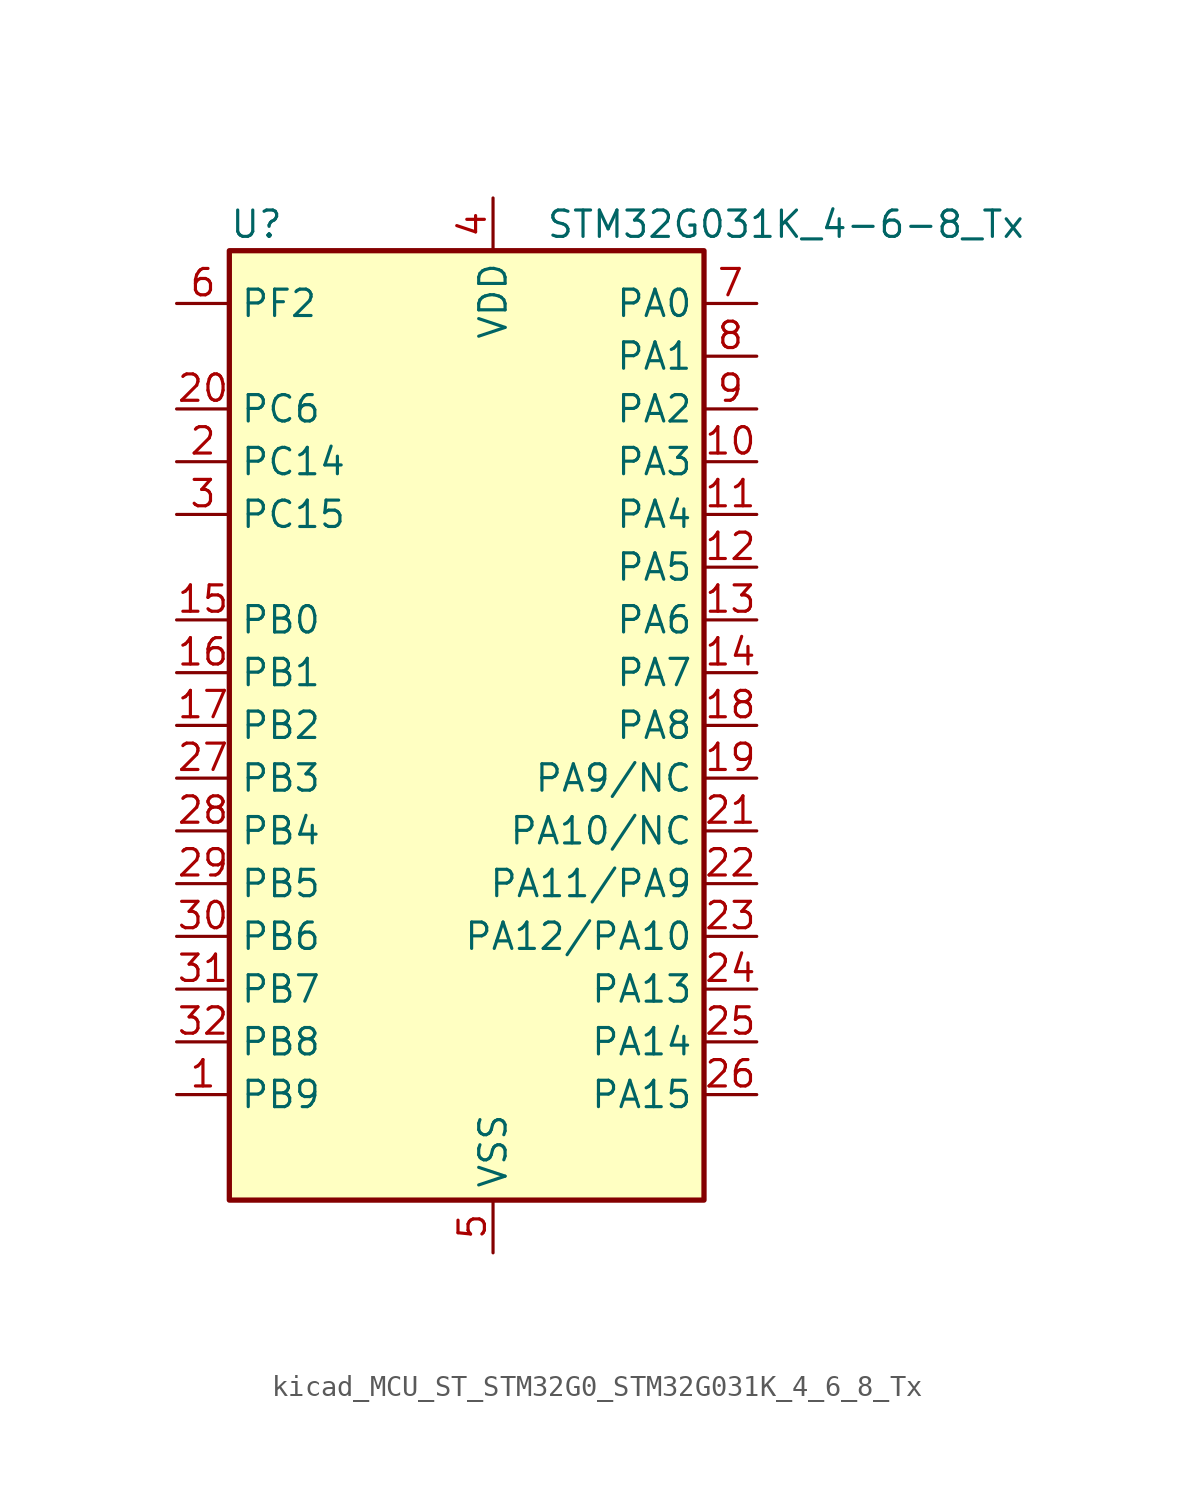
<source format=kicad_sym>
(kicad_symbol_lib
  (version 20220914)
  (generator kicad_symbol_editor)
  (symbol "kicad_MCU_ST_STM32G0_STM32G031K_4_6_8_Tx"
    (property "Reference" "U"
      (at -10.16 24.13 0)
      (effects (font (size 1.27 1.27)) (justify left)))
    (property "Value" "STM32G031K_4-6-8_Tx"
      (at 5.08 24.13 0)
      (effects (font (size 1.27 1.27)) (justify left)))
    (property "ki_locked" ""
      (at 0 0 0)
      (effects (font (size 1.27 1.27))))
    (symbol "kicad_MCU_ST_STM32G0_STM32G031K_4_6_8_Tx_0_1"
      (rectangle (start -10.16 -22.86) (end 12.7 22.86) (stroke (width 0.254) (type default)) (fill (type background))))
    (symbol "kicad_MCU_ST_STM32G0_STM32G031K_4_6_8_Tx_1_1"
      (pin bidirectional line (at -12.7 -17.78 0) (length 2.54) (name "PB9" (effects (font (size 1.27 1.27)))) (number "1" (effects (font (size 1.27 1.27)))) (alternate "I2C1_SDA" bidirectional line) (alternate "IR_OUT" bidirectional line) (alternate "SPI2_NSS" bidirectional line) (alternate "TIM17_CH1" bidirectional line))
      (pin bidirectional line (at 15.24 12.7 180) (length 2.54) (name "PA3" (effects (font (size 1.27 1.27)))) (number "10" (effects (font (size 1.27 1.27)))) (alternate "ADC1_IN3" bidirectional line) (alternate "LPUART1_RX" bidirectional line) (alternate "SPI2_MISO" bidirectional line) (alternate "TIM2_CH4" bidirectional line) (alternate "USART2_RX" bidirectional line))
      (pin bidirectional line (at 15.24 10.16 180) (length 2.54) (name "PA4" (effects (font (size 1.27 1.27)))) (number "11" (effects (font (size 1.27 1.27)))) (alternate "ADC1_IN4" bidirectional line) (alternate "I2S1_WS" bidirectional line) (alternate "LPTIM2_OUT" bidirectional line) (alternate "RTC_OUT_ALARM" bidirectional line) (alternate "RTC_OUT_CALIB" bidirectional line) (alternate "RTC_TAMP_IN1" bidirectional line) (alternate "RTC_TS" bidirectional line) (alternate "SPI1_NSS" bidirectional line) (alternate "SPI2_MOSI" bidirectional line) (alternate "SYS_WKUP2" bidirectional line) (alternate "TIM14_CH1" bidirectional line))
      (pin bidirectional line (at 15.24 7.62 180) (length 2.54) (name "PA5" (effects (font (size 1.27 1.27)))) (number "12" (effects (font (size 1.27 1.27)))) (alternate "ADC1_IN5" bidirectional line) (alternate "I2S1_CK" bidirectional line) (alternate "LPTIM2_ETR" bidirectional line) (alternate "SPI1_SCK" bidirectional line) (alternate "TIM2_CH1" bidirectional line) (alternate "TIM2_ETR" bidirectional line))
      (pin bidirectional line (at 15.24 5.08 180) (length 2.54) (name "PA6" (effects (font (size 1.27 1.27)))) (number "13" (effects (font (size 1.27 1.27)))) (alternate "ADC1_IN6" bidirectional line) (alternate "I2S1_MCK" bidirectional line) (alternate "LPUART1_CTS" bidirectional line) (alternate "SPI1_MISO" bidirectional line) (alternate "TIM16_CH1" bidirectional line) (alternate "TIM1_BK" bidirectional line) (alternate "TIM3_CH1" bidirectional line))
      (pin bidirectional line (at 15.24 2.54 180) (length 2.54) (name "PA7" (effects (font (size 1.27 1.27)))) (number "14" (effects (font (size 1.27 1.27)))) (alternate "ADC1_IN7" bidirectional line) (alternate "I2S1_SD" bidirectional line) (alternate "SPI1_MOSI" bidirectional line) (alternate "TIM14_CH1" bidirectional line) (alternate "TIM17_CH1" bidirectional line) (alternate "TIM1_CH1N" bidirectional line) (alternate "TIM3_CH2" bidirectional line))
      (pin bidirectional line (at -12.7 5.08 0) (length 2.54) (name "PB0" (effects (font (size 1.27 1.27)))) (number "15" (effects (font (size 1.27 1.27)))) (alternate "ADC1_IN8" bidirectional line) (alternate "I2S1_WS" bidirectional line) (alternate "LPTIM1_OUT" bidirectional line) (alternate "SPI1_NSS" bidirectional line) (alternate "TIM1_CH2N" bidirectional line) (alternate "TIM3_CH3" bidirectional line))
      (pin bidirectional line (at -12.7 2.54 0) (length 2.54) (name "PB1" (effects (font (size 1.27 1.27)))) (number "16" (effects (font (size 1.27 1.27)))) (alternate "ADC1_IN9" bidirectional line) (alternate "LPTIM2_IN1" bidirectional line) (alternate "LPUART1_DE" bidirectional line) (alternate "LPUART1_RTS" bidirectional line) (alternate "TIM14_CH1" bidirectional line) (alternate "TIM1_CH3N" bidirectional line) (alternate "TIM3_CH4" bidirectional line))
      (pin bidirectional line (at -12.7 0 0) (length 2.54) (name "PB2" (effects (font (size 1.27 1.27)))) (number "17" (effects (font (size 1.27 1.27)))) (alternate "ADC1_IN10" bidirectional line) (alternate "LPTIM1_OUT" bidirectional line) (alternate "SPI2_MISO" bidirectional line))
      (pin bidirectional line (at 15.24 0 180) (length 2.54) (name "PA8" (effects (font (size 1.27 1.27)))) (number "18" (effects (font (size 1.27 1.27)))) (alternate "LPTIM2_OUT" bidirectional line) (alternate "RCC_MCO" bidirectional line) (alternate "SPI2_NSS" bidirectional line) (alternate "TIM1_CH1" bidirectional line))
      (pin bidirectional line (at 15.24 -2.54 180) (length 2.54) (name "PA9/NC" (effects (font (size 1.27 1.27)))) (number "19" (effects (font (size 1.27 1.27)))) (alternate "I2C1_SCL" bidirectional line) (alternate "RCC_MCO" bidirectional line) (alternate "SPI2_MISO" bidirectional line) (alternate "TIM1_CH2" bidirectional line) (alternate "USART1_TX" bidirectional line))
      (pin bidirectional line (at -12.7 12.7 0) (length 2.54) (name "PC14" (effects (font (size 1.27 1.27)))) (number "2" (effects (font (size 1.27 1.27)))) (alternate "RCC_OSC32_IN" bidirectional line) (alternate "RCC_OSC_IN" bidirectional line) (alternate "TIM1_BK2" bidirectional line))
      (pin bidirectional line (at -12.7 15.24 0) (length 2.54) (name "PC6" (effects (font (size 1.27 1.27)))) (number "20" (effects (font (size 1.27 1.27)))) (alternate "TIM2_CH3" bidirectional line) (alternate "TIM3_CH1" bidirectional line))
      (pin bidirectional line (at 15.24 -5.08 180) (length 2.54) (name "PA10/NC" (effects (font (size 1.27 1.27)))) (number "21" (effects (font (size 1.27 1.27)))) (alternate "I2C1_SDA" bidirectional line) (alternate "SPI2_MOSI" bidirectional line) (alternate "TIM17_BK" bidirectional line) (alternate "TIM1_CH3" bidirectional line) (alternate "USART1_RX" bidirectional line))
      (pin bidirectional line (at 15.24 -7.62 180) (length 2.54) (name "PA11/PA9" (effects (font (size 1.27 1.27)))) (number "22" (effects (font (size 1.27 1.27)))) (alternate "ADC1_EXTI11" bidirectional line) (alternate "ADC1_IN15" bidirectional line) (alternate "I2C2_SCL" bidirectional line) (alternate "I2S1_MCK" bidirectional line) (alternate "SPI1_MISO" bidirectional line) (alternate "TIM1_BK2" bidirectional line) (alternate "TIM1_CH4" bidirectional line) (alternate "USART1_CTS" bidirectional line) (alternate "USART1_NSS" bidirectional line))
      (pin bidirectional line (at 15.24 -10.16 180) (length 2.54) (name "PA12/PA10" (effects (font (size 1.27 1.27)))) (number "23" (effects (font (size 1.27 1.27)))) (alternate "ADC1_IN16" bidirectional line) (alternate "I2C2_SDA" bidirectional line) (alternate "I2S1_SD" bidirectional line) (alternate "I2S_CKIN" bidirectional line) (alternate "SPI1_MOSI" bidirectional line) (alternate "TIM1_ETR" bidirectional line) (alternate "USART1_CK" bidirectional line) (alternate "USART1_DE" bidirectional line) (alternate "USART1_RTS" bidirectional line))
      (pin bidirectional line (at 15.24 -12.7 180) (length 2.54) (name "PA13" (effects (font (size 1.27 1.27)))) (number "24" (effects (font (size 1.27 1.27)))) (alternate "ADC1_IN17" bidirectional line) (alternate "IR_OUT" bidirectional line) (alternate "SYS_SWDIO" bidirectional line))
      (pin bidirectional line (at 15.24 -15.24 180) (length 2.54) (name "PA14" (effects (font (size 1.27 1.27)))) (number "25" (effects (font (size 1.27 1.27)))) (alternate "ADC1_IN18" bidirectional line) (alternate "SYS_SWCLK" bidirectional line) (alternate "USART2_TX" bidirectional line))
      (pin bidirectional line (at 15.24 -17.78 180) (length 2.54) (name "PA15" (effects (font (size 1.27 1.27)))) (number "26" (effects (font (size 1.27 1.27)))) (alternate "I2S1_WS" bidirectional line) (alternate "SPI1_NSS" bidirectional line) (alternate "TIM2_CH1" bidirectional line) (alternate "TIM2_ETR" bidirectional line) (alternate "USART2_RX" bidirectional line))
      (pin bidirectional line (at -12.7 -2.54 0) (length 2.54) (name "PB3" (effects (font (size 1.27 1.27)))) (number "27" (effects (font (size 1.27 1.27)))) (alternate "I2S1_CK" bidirectional line) (alternate "SPI1_SCK" bidirectional line) (alternate "TIM1_CH2" bidirectional line) (alternate "TIM2_CH2" bidirectional line) (alternate "USART1_CK" bidirectional line) (alternate "USART1_DE" bidirectional line) (alternate "USART1_RTS" bidirectional line))
      (pin bidirectional line (at -12.7 -5.08 0) (length 2.54) (name "PB4" (effects (font (size 1.27 1.27)))) (number "28" (effects (font (size 1.27 1.27)))) (alternate "I2S1_MCK" bidirectional line) (alternate "SPI1_MISO" bidirectional line) (alternate "TIM17_BK" bidirectional line) (alternate "TIM3_CH1" bidirectional line) (alternate "USART1_CTS" bidirectional line) (alternate "USART1_NSS" bidirectional line))
      (pin bidirectional line (at -12.7 -7.62 0) (length 2.54) (name "PB5" (effects (font (size 1.27 1.27)))) (number "29" (effects (font (size 1.27 1.27)))) (alternate "I2C1_SMBA" bidirectional line) (alternate "I2S1_SD" bidirectional line) (alternate "LPTIM1_IN1" bidirectional line) (alternate "SPI1_MOSI" bidirectional line) (alternate "SYS_WKUP6" bidirectional line) (alternate "TIM16_BK" bidirectional line) (alternate "TIM3_CH2" bidirectional line))
      (pin bidirectional line (at -12.7 10.16 0) (length 2.54) (name "PC15" (effects (font (size 1.27 1.27)))) (number "3" (effects (font (size 1.27 1.27)))) (alternate "RCC_OSC32_EN" bidirectional line) (alternate "RCC_OSC32_OUT" bidirectional line) (alternate "RCC_OSC_EN" bidirectional line))
      (pin bidirectional line (at -12.7 -10.16 0) (length 2.54) (name "PB6" (effects (font (size 1.27 1.27)))) (number "30" (effects (font (size 1.27 1.27)))) (alternate "I2C1_SCL" bidirectional line) (alternate "LPTIM1_ETR" bidirectional line) (alternate "SPI2_MISO" bidirectional line) (alternate "TIM16_CH1N" bidirectional line) (alternate "TIM1_CH3" bidirectional line) (alternate "USART1_TX" bidirectional line))
      (pin bidirectional line (at -12.7 -12.7 0) (length 2.54) (name "PB7" (effects (font (size 1.27 1.27)))) (number "31" (effects (font (size 1.27 1.27)))) (alternate "ADC1_IN11" bidirectional line) (alternate "I2C1_SDA" bidirectional line) (alternate "LPTIM1_IN2" bidirectional line) (alternate "SPI2_MOSI" bidirectional line) (alternate "SYS_PVD_IN" bidirectional line) (alternate "TIM17_CH1N" bidirectional line) (alternate "USART1_RX" bidirectional line))
      (pin bidirectional line (at -12.7 -15.24 0) (length 2.54) (name "PB8" (effects (font (size 1.27 1.27)))) (number "32" (effects (font (size 1.27 1.27)))) (alternate "I2C1_SCL" bidirectional line) (alternate "SPI2_SCK" bidirectional line) (alternate "TIM16_CH1" bidirectional line))
      (pin power_in line (at 2.54 25.4 270) (length 2.54) (name "VDD" (effects (font (size 1.27 1.27)))) (number "4" (effects (font (size 1.27 1.27)))))
      (pin power_in line (at 2.54 -25.4 90) (length 2.54) (name "VSS" (effects (font (size 1.27 1.27)))) (number "5" (effects (font (size 1.27 1.27)))))
      (pin bidirectional line (at -12.7 20.32 0) (length 2.54) (name "PF2" (effects (font (size 1.27 1.27)))) (number "6" (effects (font (size 1.27 1.27)))) (alternate "RCC_MCO" bidirectional line))
      (pin bidirectional line (at 15.24 20.32 180) (length 2.54) (name "PA0" (effects (font (size 1.27 1.27)))) (number "7" (effects (font (size 1.27 1.27)))) (alternate "ADC1_IN0" bidirectional line) (alternate "LPTIM1_OUT" bidirectional line) (alternate "RTC_TAMP_IN2" bidirectional line) (alternate "SPI2_SCK" bidirectional line) (alternate "SYS_WKUP1" bidirectional line) (alternate "TIM2_CH1" bidirectional line) (alternate "TIM2_ETR" bidirectional line) (alternate "USART2_CTS" bidirectional line) (alternate "USART2_NSS" bidirectional line))
      (pin bidirectional line (at 15.24 17.78 180) (length 2.54) (name "PA1" (effects (font (size 1.27 1.27)))) (number "8" (effects (font (size 1.27 1.27)))) (alternate "ADC1_IN1" bidirectional line) (alternate "I2C1_SMBA" bidirectional line) (alternate "I2S1_CK" bidirectional line) (alternate "SPI1_SCK" bidirectional line) (alternate "TIM2_CH2" bidirectional line) (alternate "USART2_CK" bidirectional line) (alternate "USART2_DE" bidirectional line) (alternate "USART2_RTS" bidirectional line))
      (pin bidirectional line (at 15.24 15.24 180) (length 2.54) (name "PA2" (effects (font (size 1.27 1.27)))) (number "9" (effects (font (size 1.27 1.27)))) (alternate "ADC1_IN2" bidirectional line) (alternate "I2S1_SD" bidirectional line) (alternate "LPUART1_TX" bidirectional line) (alternate "RCC_LSCO" bidirectional line) (alternate "SPI1_MOSI" bidirectional line) (alternate "SYS_WKUP4" bidirectional line) (alternate "TIM2_CH3" bidirectional line) (alternate "USART2_TX" bidirectional line)))))
</source>
